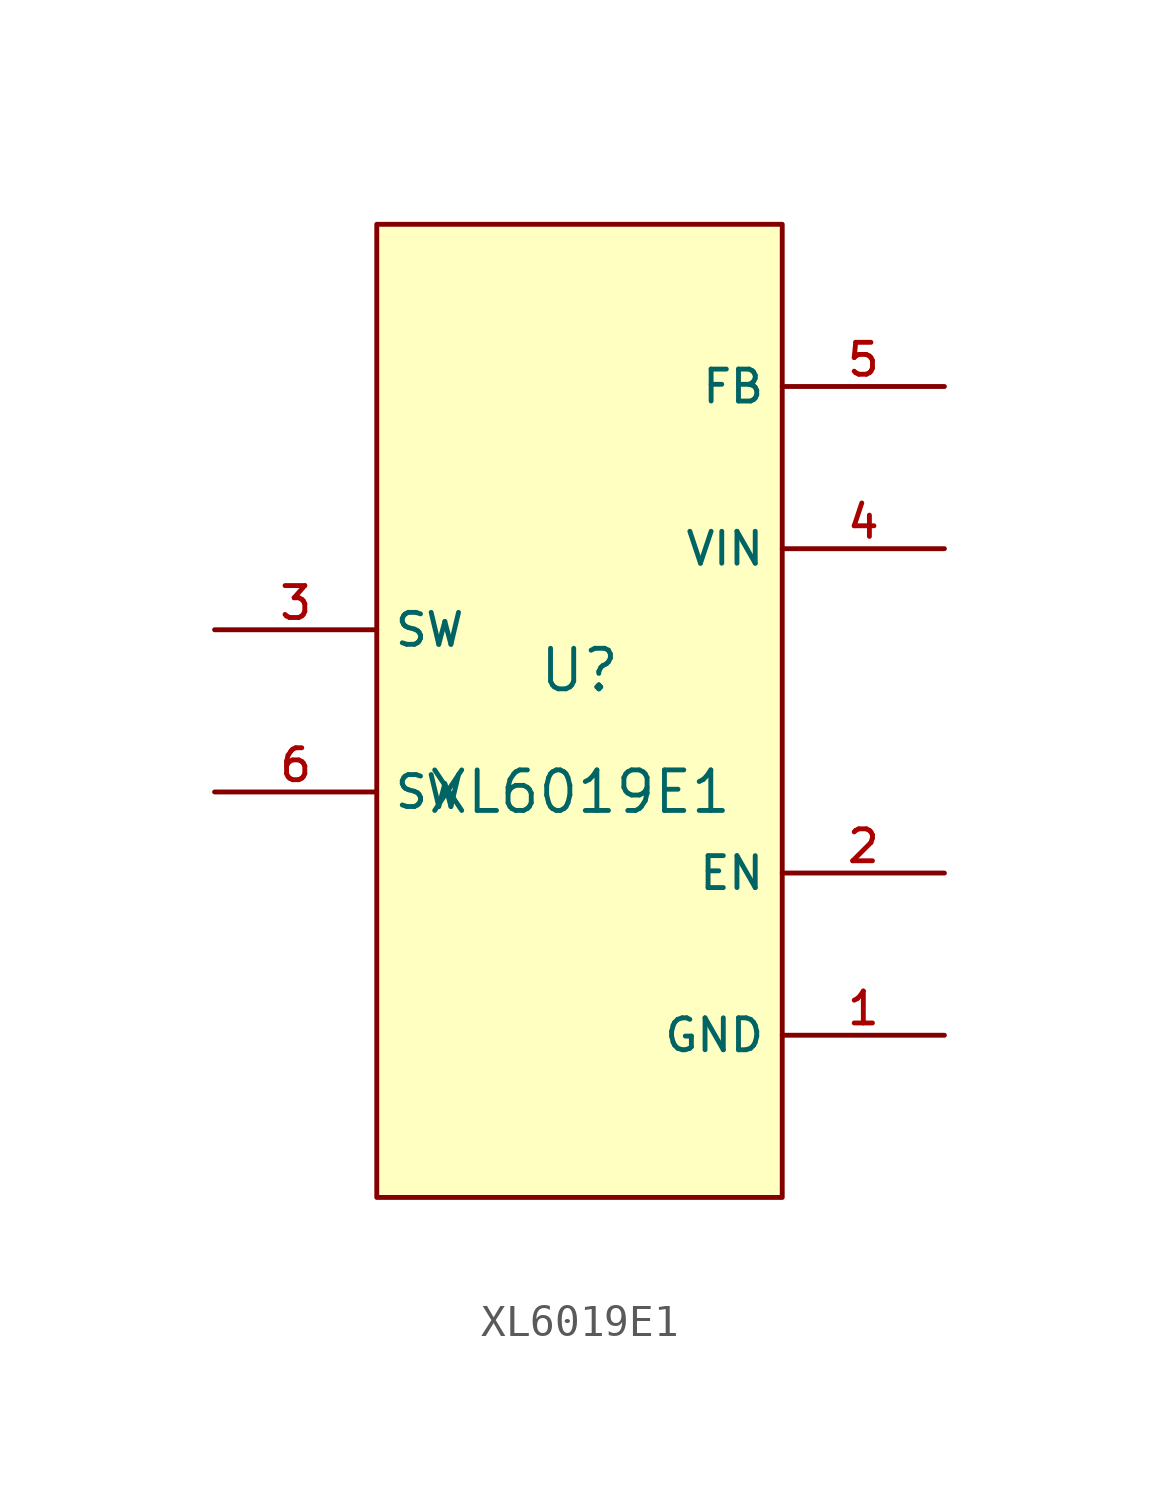
<source format=kicad_sym>
(kicad_symbol_lib
  (version 20210201)
  (generator TousstNicolas/JLC2KiCad_lib)
  (symbol "XL6019E1"
    (property "Reference" "U"
      (at 0 1.27 0)
      (effects (font (size 1.27 1.27))))
    (property "Value" "XL6019E1"
      (at 0 -2.54 0)
      (effects (font (size 1.27 1.27))))
    (symbol "XL6019E1_0_1"
      (pin unspecified line (at 11.43 -10.16 180) (length 5.08) (name "GND" (effects (font (size 1 1)))) (number "1" (effects (font (size 1 1)))))
      (pin unspecified line (at 11.43 -5.08 180) (length 5.08) (name "EN" (effects (font (size 1 1)))) (number "2" (effects (font (size 1 1)))))
      (pin unspecified line (at -11.43 2.54 0) (length 5.08) (name "SW" (effects (font (size 1 1)))) (number "3" (effects (font (size 1 1)))))
      (pin unspecified line (at 11.43 5.08 180) (length 5.08) (name "VIN" (effects (font (size 1 1)))) (number "4" (effects (font (size 1 1)))))
      (pin unspecified line (at 11.43 10.16 180) (length 5.08) (name "FB" (effects (font (size 1 1)))) (number "5" (effects (font (size 1 1)))))
      (rectangle (start -6.35 15.24) (end 6.35 -15.24) (stroke (width 0) (type default) (color 0 0 0 0)) (fill (type background)))
      (pin unspecified line (at -11.43 -2.54 0) (length 5.08) (name "SW" (effects (font (size 1 1)))) (number "6" (effects (font (size 1 1))))))))
</source>
